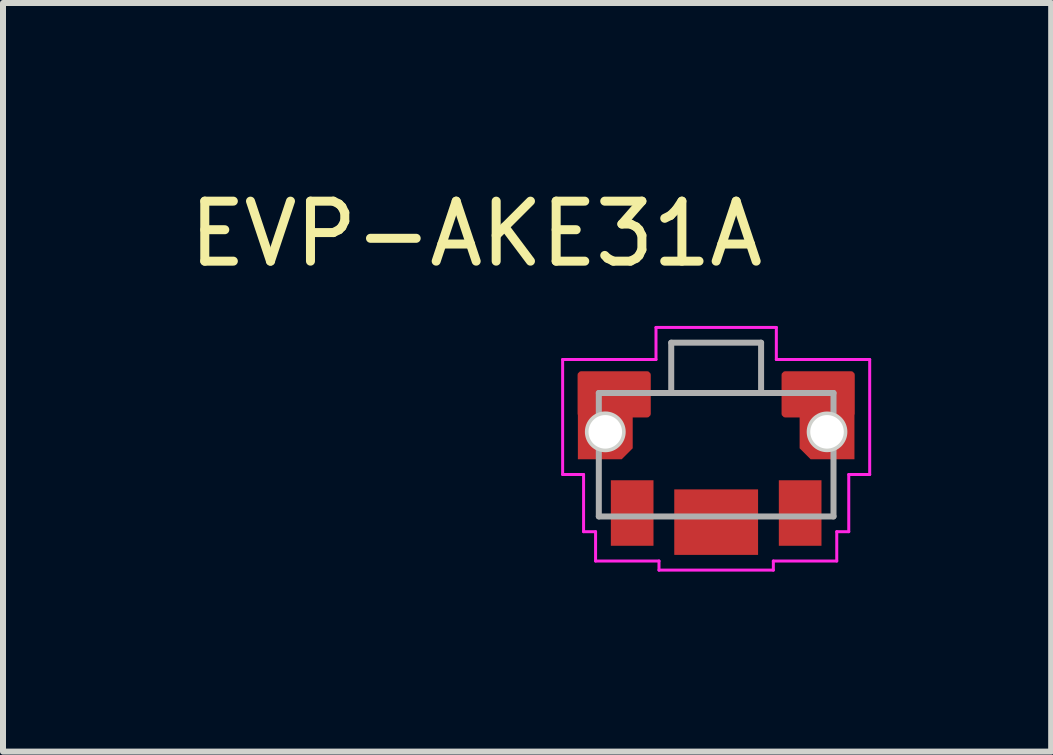
<source format=kicad_pcb>
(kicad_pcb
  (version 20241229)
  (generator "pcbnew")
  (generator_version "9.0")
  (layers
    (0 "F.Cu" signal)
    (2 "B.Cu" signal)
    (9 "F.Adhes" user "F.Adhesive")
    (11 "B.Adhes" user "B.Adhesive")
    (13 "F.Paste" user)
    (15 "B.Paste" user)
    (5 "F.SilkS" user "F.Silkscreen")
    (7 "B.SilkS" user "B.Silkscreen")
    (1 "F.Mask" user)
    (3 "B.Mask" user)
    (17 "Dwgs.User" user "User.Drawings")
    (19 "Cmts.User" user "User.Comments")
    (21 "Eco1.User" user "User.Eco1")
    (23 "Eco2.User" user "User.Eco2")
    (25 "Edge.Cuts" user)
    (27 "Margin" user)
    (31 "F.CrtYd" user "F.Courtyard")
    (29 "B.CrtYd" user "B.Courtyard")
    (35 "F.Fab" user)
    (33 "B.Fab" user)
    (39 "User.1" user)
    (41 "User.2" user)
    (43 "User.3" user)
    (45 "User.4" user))
  (footprint "EVP-AKE31A"
    (layer "F.Cu")
    (at 8.887 4.148)
    (property "Reference" "EVP-AKE31A" (at -4 -3.3 0) (layer "F.SilkS") (effects (font (size 1 1) (thickness 0.15))))
    (attr through_hole)
    (fp_circle (center -1.848 0) (end -1.568 0) (stroke (width 0.12) (type solid)) (fill no) (layer "Edge.Cuts"))
    (fp_circle (center 1.848 0) (end 2.127 0) (stroke (width 0.12) (type solid)) (fill no) (layer "Edge.Cuts"))
    (fp_line (start -2.559 -1.206) (end -2.559 0.711) (stroke (width 0.05) (type solid)) (layer "F.CrtYd"))
    (fp_line (start -2.559 0.711) (end -2.21 0.711) (stroke (width 0.05) (type solid)) (layer "F.CrtYd"))
    (fp_line (start -2.21 0.711) (end -2.21 1.664) (stroke (width 0.05) (type solid)) (layer "F.CrtYd"))
    (fp_line (start -2.21 1.664) (end -2.01 1.664) (stroke (width 0.05) (type solid)) (layer "F.CrtYd"))
    (fp_line (start -2.01 1.664) (end -2.01 2.153) (stroke (width 0.05) (type solid)) (layer "F.CrtYd"))
    (fp_line (start -2.01 2.153) (end -0.953 2.153) (stroke (width 0.05) (type solid)) (layer "F.CrtYd"))
    (fp_line (start -1.003 -1.74) (end -1.003 -1.206) (stroke (width 0.05) (type solid)) (layer "F.CrtYd"))
    (fp_line (start -1.003 -1.206) (end -2.559 -1.206) (stroke (width 0.05) (type solid)) (layer "F.CrtYd"))
    (fp_line (start -0.953 2.153) (end -0.953 2.305) (stroke (width 0.05) (type solid)) (layer "F.CrtYd"))
    (fp_line (start -0.953 2.305) (end 0.953 2.305) (stroke (width 0.05) (type solid)) (layer "F.CrtYd"))
    (fp_line (start 0.953 2.153) (end 2.01 2.153) (stroke (width 0.05) (type solid)) (layer "F.CrtYd"))
    (fp_line (start 0.953 2.305) (end 0.953 2.153) (stroke (width 0.05) (type solid)) (layer "F.CrtYd"))
    (fp_line (start 1.003 -1.74) (end -1.003 -1.74) (stroke (width 0.05) (type solid)) (layer "F.CrtYd"))
    (fp_line (start 1.003 -1.206) (end 1.003 -1.74) (stroke (width 0.05) (type solid)) (layer "F.CrtYd"))
    (fp_line (start 2.01 1.664) (end 2.21 1.664) (stroke (width 0.05) (type solid)) (layer "F.CrtYd"))
    (fp_line (start 2.01 2.153) (end 2.01 1.664) (stroke (width 0.05) (type solid)) (layer "F.CrtYd"))
    (fp_line (start 2.21 0.711) (end 2.559 0.711) (stroke (width 0.05) (type solid)) (layer "F.CrtYd"))
    (fp_line (start 2.21 1.664) (end 2.21 0.711) (stroke (width 0.05) (type solid)) (layer "F.CrtYd"))
    (fp_line (start 2.559 -1.206) (end 1.003 -1.206) (stroke (width 0.05) (type solid)) (layer "F.CrtYd"))
    (fp_line (start 2.559 0.711) (end 2.559 -1.206) (stroke (width 0.05) (type solid)) (layer "F.CrtYd"))
    (fp_line (start -1.956 -0.648) (end -1.956 1.41) (stroke (width 0.1) (type solid)) (layer "F.Fab"))
    (fp_line (start -1.956 1.41) (end 1.956 1.41) (stroke (width 0.1) (type solid)) (layer "F.Fab"))
    (fp_line (start -0.749 -1.486) (end -0.749 -0.648) (stroke (width 0.1) (type solid)) (layer "F.Fab"))
    (fp_line (start -0.749 -0.648) (end 0.749 -0.648) (stroke (width 0.1) (type solid)) (layer "F.Fab"))
    (fp_line (start 0.749 -1.486) (end -0.749 -1.486) (stroke (width 0.1) (type solid)) (layer "F.Fab"))
    (fp_line (start 0.749 -0.648) (end 0.749 -1.486) (stroke (width 0.1) (type solid)) (layer "F.Fab"))
    (fp_line (start 1.956 -0.648) (end -1.956 -0.648) (stroke (width 0.1) (type solid)) (layer "F.Fab"))
    (fp_line (start 1.956 1.41) (end 1.956 -0.648) (stroke (width 0.1) (type solid)) (layer "F.Fab"))
    (pad "" np_thru_hole custom (at -1.848 0) (size 0.914 0.914) (drill 0.559) (layers "F.Cu" "F.Mask" "F.Paste") (options (anchor circle)) (primitives (gr_poly (pts (xy -0.457 -0.457) (xy 0.457 -0.457) (xy 0.457 0.274) (xy 0.274 0.457) (xy -0.457 0.457)) (width 0) (fill yes)) (gr_rect (start -0.402 -0.95) (end 0.698 -0.3) (width 0.12) (fill yes))))
    (pad "" smd rect (at 0 1.505) (size 1.397 1.092) (layers "F.Cu" "F.Mask" "F.Paste"))
    (pad "" np_thru_hole custom (at 1.848 0) (size 0.914 0.914) (drill 0.559) (layers "F.Cu" "F.Mask" "F.Paste") (options (anchor circle)) (primitives (gr_poly (pts (xy -0.457 -0.457) (xy 0.457 -0.457) (xy 0.457 0.457) (xy -0.274 0.457) (xy -0.457 0.274)) (width 0) (fill yes)) (gr_rect (start -0.698 -0.95) (end 0.402 -0.3) (width 0.12) (fill yes))))
    (pad "1" smd rect (at -1.4 1.353) (size 0.711 1.092) (layers "F.Cu" "F.Mask" "F.Paste"))
    (pad "2" smd rect (at 1.4 1.353) (size 0.711 1.092) (layers "F.Cu" "F.Mask" "F.Paste"))
    (zone (net_name "") (layers "F.Cu" "B.Cu" "Edge.Cuts") (hatch edge 0.508) (connect_pads) (min_thickness 0.254) (filled_areas_thickness no) (keepout (tracks allowed) (vias allowed) (pads allowed) (copperpour not_allowed) (footprints allowed)) (placement (enabled no)) (fill) (polygon (pts (xy 7.887 4.648) (xy 6.587 4.648) (xy 6.587 3.148) (xy 7.887 3.148))))
    (zone (net_name "") (layers "F.Cu" "B.Cu" "Edge.Cuts") (hatch edge 0.508) (connect_pads) (min_thickness 0.254) (filled_areas_thickness no) (keepout (tracks allowed) (vias allowed) (pads allowed) (copperpour not_allowed) (footprints allowed)) (placement (enabled no)) (fill) (polygon (pts (xy 11.187 4.648) (xy 9.887 4.648) (xy 9.887 3.148) (xy 11.187 3.148)))))
  (gr_rect
    (start -3 -3)
    (end 14.471 9.478)
    (stroke (width 0.1) (type default))
    (fill no)
    (layer "Edge.Cuts")))
</source>
